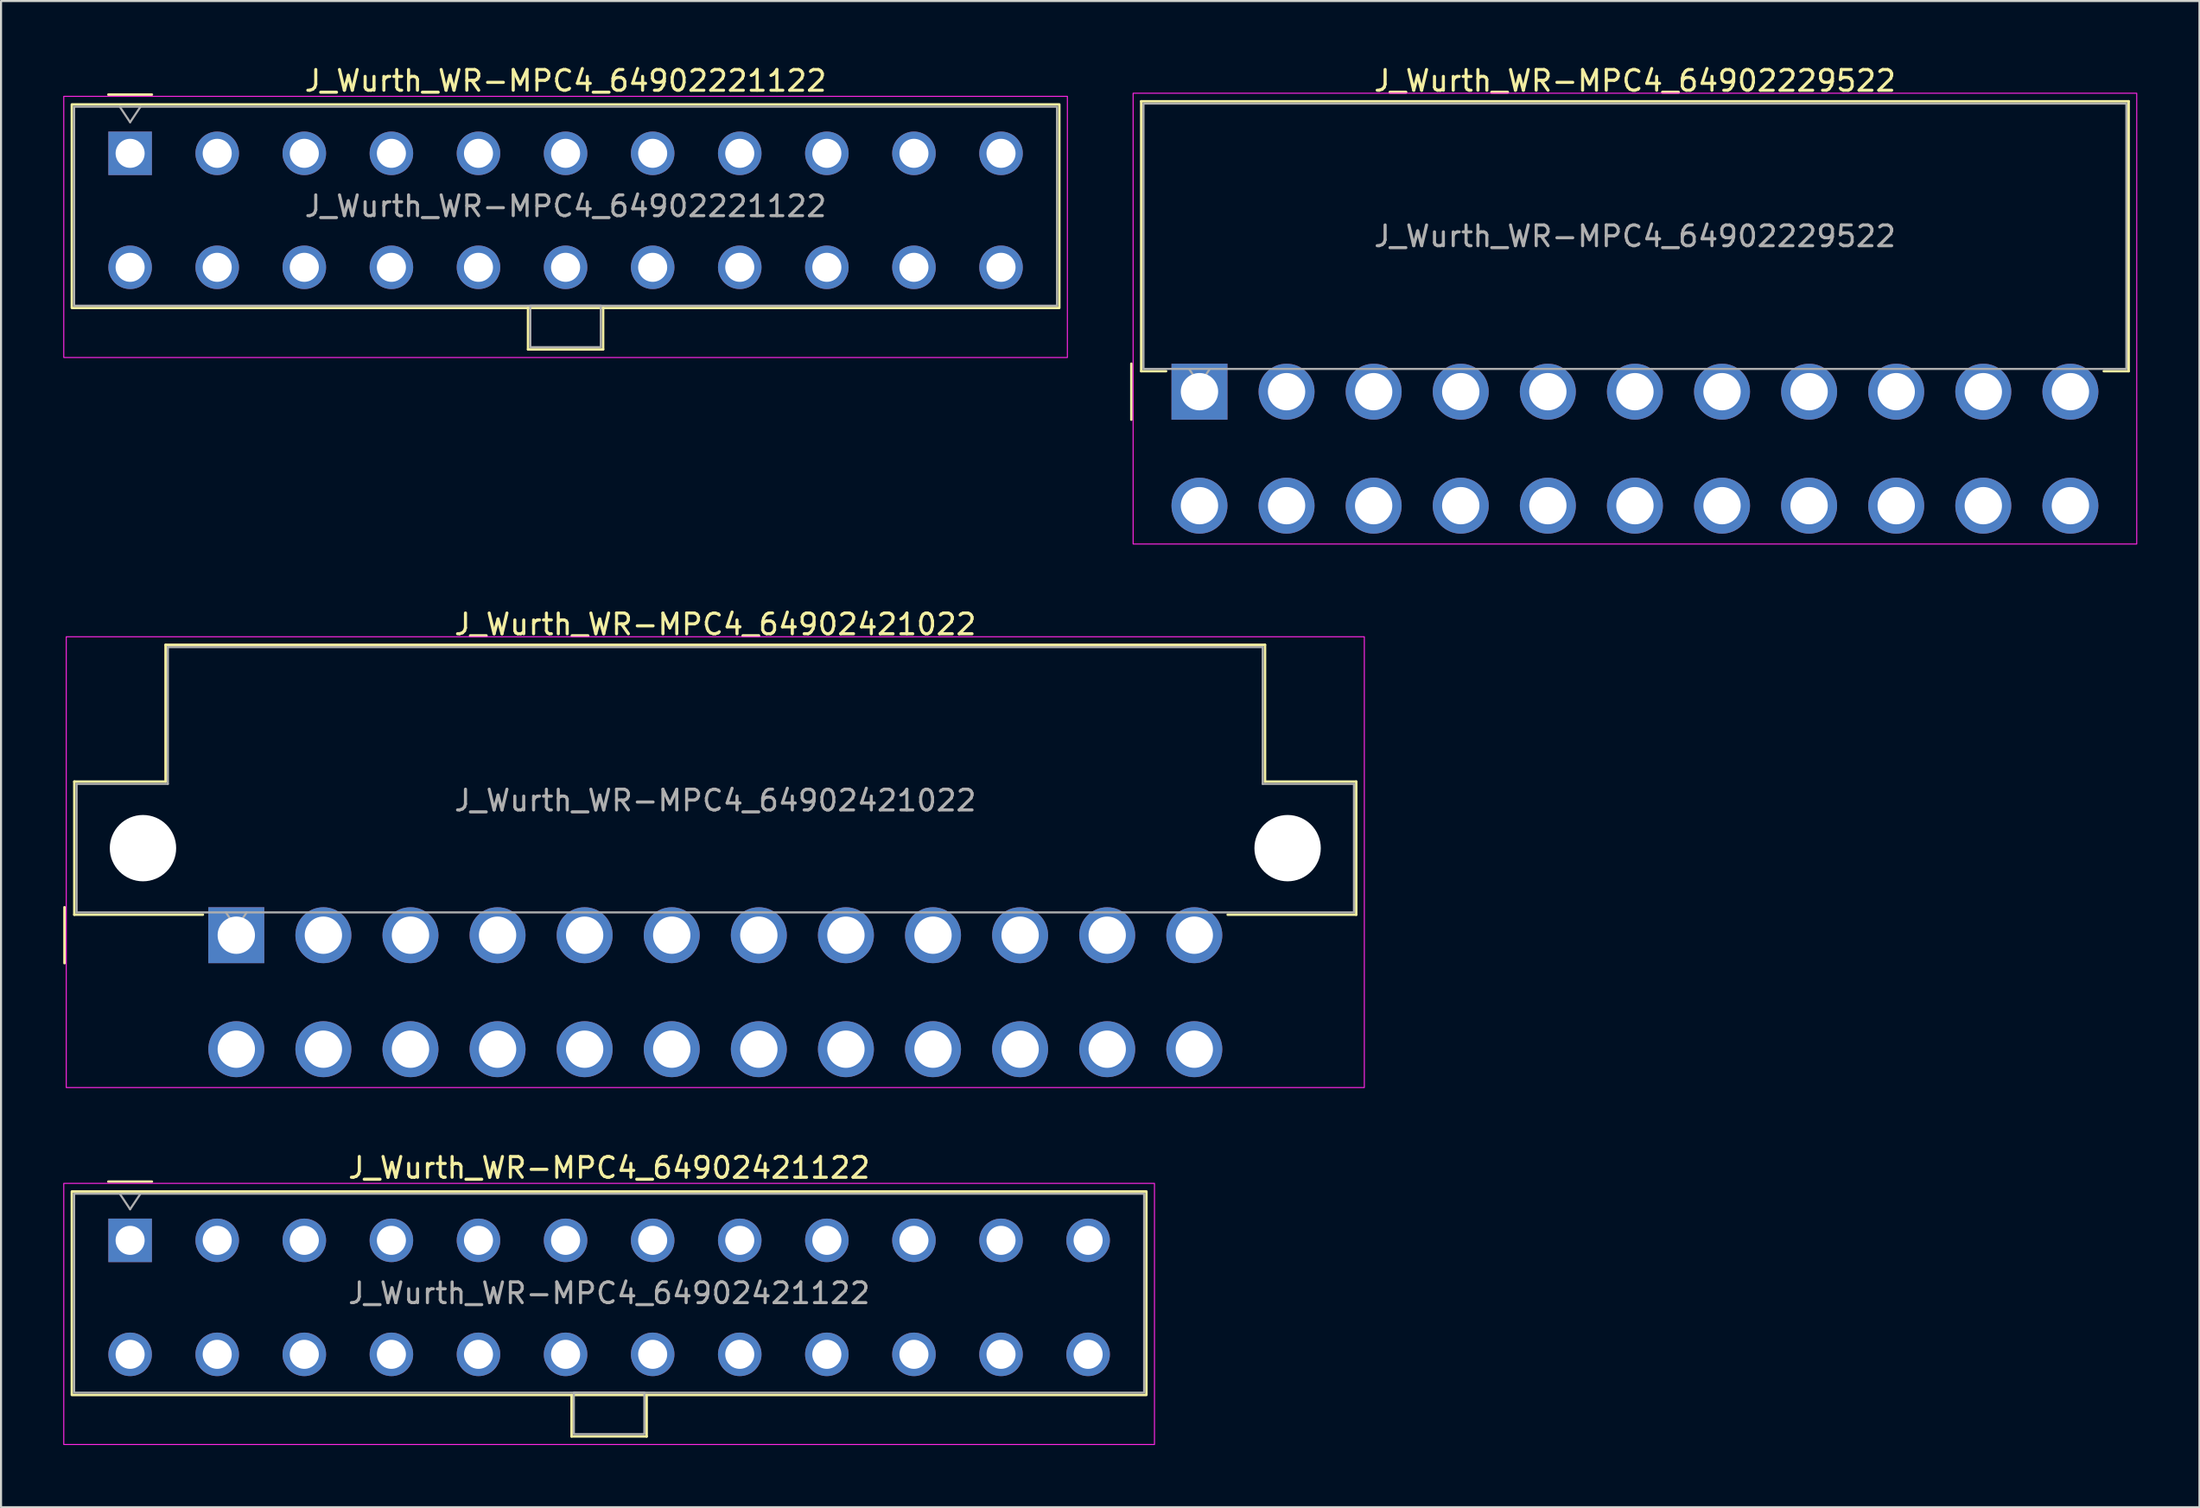
<source format=kicad_pcb>
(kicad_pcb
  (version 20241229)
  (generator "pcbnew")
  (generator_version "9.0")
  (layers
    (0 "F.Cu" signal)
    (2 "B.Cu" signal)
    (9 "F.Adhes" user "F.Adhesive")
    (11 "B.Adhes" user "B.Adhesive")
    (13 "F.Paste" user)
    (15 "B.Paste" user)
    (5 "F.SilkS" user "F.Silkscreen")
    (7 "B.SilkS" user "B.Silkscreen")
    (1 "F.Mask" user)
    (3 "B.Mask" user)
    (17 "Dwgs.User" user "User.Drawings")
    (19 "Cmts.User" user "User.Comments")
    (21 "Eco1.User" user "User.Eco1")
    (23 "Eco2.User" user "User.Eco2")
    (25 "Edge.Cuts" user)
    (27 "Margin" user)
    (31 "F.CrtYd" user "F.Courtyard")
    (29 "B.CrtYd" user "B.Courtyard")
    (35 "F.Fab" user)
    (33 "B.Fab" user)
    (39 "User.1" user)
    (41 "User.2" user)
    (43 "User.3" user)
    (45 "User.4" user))
  (footprint "J_Wurth_WR-MPC4_64902221122"
    (layer "F.Cu")
    (at 3.225 4.348)
    (property "Reference" "J_Wurth_WR-MPC4_64902221122" (at 21 -3.5 0) (unlocked yes) (layer "F.SilkS") (effects (font (size 1 1) (thickness 0.15))))
    (attr through_hole)
    (fp_line (start 1.05 -2.835) (end -1.05 -2.835) (stroke (width 0.12) (type solid)) (layer "F.SilkS"))
    (fp_line (start 19.19 9.46) (end 19.19 7.46) (stroke (width 0.12) (type default)) (layer "F.SilkS"))
    (fp_line (start 22.81 7.46) (end 22.81 9.46) (stroke (width 0.12) (type default)) (layer "F.SilkS"))
    (fp_line (start 22.81 9.46) (end 19.19 9.46) (stroke (width 0.12) (type default)) (layer "F.SilkS"))
    (fp_rect (start -2.81 -2.36) (end 44.81 7.46) (stroke (width 0.12) (type solid)) (fill no) (layer "F.SilkS"))
    (fp_rect (start -3.2 -2.75) (end 45.2 9.85) (stroke (width 0.05) (type solid)) (fill no) (layer "F.CrtYd"))
    (fp_line (start 0 -1.5) (end -0.5 -2.25) (stroke (width 0.1) (type solid)) (layer "F.Fab"))
    (fp_line (start 0 -1.5) (end 0.5 -2.25) (stroke (width 0.1) (type solid)) (layer "F.Fab"))
    (fp_rect (start -2.7 -2.25) (end 44.7 7.35) (stroke (width 0.1) (type solid)) (fill no) (layer "F.Fab"))
    (fp_rect (start 19.3 7.35) (end 22.7 9.35) (stroke (width 0.1) (type solid)) (fill no) (layer "F.Fab"))
    (fp_text user "${REFERENCE}" (at 21 2.55 0) (unlocked yes) (layer "F.Fab") (effects (font (size 1 1) (thickness 0.15))))
    (pad "1" thru_hole rect (at 0 0 180) (size 2.1 2.1) (drill 1.4) (layers "*.Cu" "*.Mask"))
    (pad "2" thru_hole circle (at 4.2 0 180) (size 2.1 2.1) (drill 1.4) (layers "*.Cu" "*.Mask"))
    (pad "3" thru_hole circle (at 8.4 0 180) (size 2.1 2.1) (drill 1.4) (layers "*.Cu" "*.Mask"))
    (pad "4" thru_hole circle (at 12.6 0 180) (size 2.1 2.1) (drill 1.4) (layers "*.Cu" "*.Mask"))
    (pad "5" thru_hole circle (at 16.8 0 180) (size 2.1 2.1) (drill 1.4) (layers "*.Cu" "*.Mask"))
    (pad "6" thru_hole circle (at 21 0 180) (size 2.1 2.1) (drill 1.4) (layers "*.Cu" "*.Mask"))
    (pad "7" thru_hole circle (at 25.2 0 180) (size 2.1 2.1) (drill 1.4) (layers "*.Cu" "*.Mask"))
    (pad "8" thru_hole circle (at 29.4 0 180) (size 2.1 2.1) (drill 1.4) (layers "*.Cu" "*.Mask"))
    (pad "9" thru_hole circle (at 33.6 0 180) (size 2.1 2.1) (drill 1.4) (layers "*.Cu" "*.Mask"))
    (pad "10" thru_hole circle (at 37.8 0 180) (size 2.1 2.1) (drill 1.4) (layers "*.Cu" "*.Mask"))
    (pad "11" thru_hole circle (at 42 0 180) (size 2.1 2.1) (drill 1.4) (layers "*.Cu" "*.Mask"))
    (pad "12" thru_hole circle (at 0 5.5 180) (size 2.1 2.1) (drill 1.4) (layers "*.Cu" "*.Mask"))
    (pad "13" thru_hole circle (at 4.2 5.5 180) (size 2.1 2.1) (drill 1.4) (layers "*.Cu" "*.Mask"))
    (pad "14" thru_hole circle (at 8.4 5.5 180) (size 2.1 2.1) (drill 1.4) (layers "*.Cu" "*.Mask"))
    (pad "15" thru_hole circle (at 12.6 5.5 180) (size 2.1 2.1) (drill 1.4) (layers "*.Cu" "*.Mask"))
    (pad "16" thru_hole circle (at 16.8 5.5 180) (size 2.1 2.1) (drill 1.4) (layers "*.Cu" "*.Mask"))
    (pad "17" thru_hole circle (at 21 5.5 180) (size 2.1 2.1) (drill 1.4) (layers "*.Cu" "*.Mask"))
    (pad "18" thru_hole circle (at 25.2 5.5 180) (size 2.1 2.1) (drill 1.4) (layers "*.Cu" "*.Mask"))
    (pad "19" thru_hole circle (at 29.4 5.5 180) (size 2.1 2.1) (drill 1.4) (layers "*.Cu" "*.Mask"))
    (pad "20" thru_hole circle (at 33.6 5.5 180) (size 2.1 2.1) (drill 1.4) (layers "*.Cu" "*.Mask"))
    (pad "21" thru_hole circle (at 37.8 5.5 180) (size 2.1 2.1) (drill 1.4) (layers "*.Cu" "*.Mask"))
    (pad "22" thru_hole circle (at 42 5.5 180) (size 2.1 2.1) (drill 1.4) (layers "*.Cu" "*.Mask")))
  (footprint "J_Wurth_WR-MPC4_64902421022"
    (layer "F.Cu")
    (at 8.345 42.072)
    (property "Reference" "J_Wurth_WR-MPC4_64902421022" (at 23.1 -15 0) (unlocked yes) (layer "F.SilkS") (effects (font (size 1 1) (thickness 0.15))))
    (attr through_hole)
    (fp_line (start -8.285 -1.35) (end -8.285 1.35) (stroke (width 0.12) (type solid)) (layer "F.SilkS"))
    (fp_line (start -7.81 -7.41) (end -3.41 -7.41) (stroke (width 0.12) (type default)) (layer "F.SilkS"))
    (fp_line (start -7.81 -0.99) (end -7.81 -7.41) (stroke (width 0.12) (type default)) (layer "F.SilkS"))
    (fp_line (start -7.81 -0.99) (end -1.61 -0.99) (stroke (width 0.12) (type solid)) (layer "F.SilkS"))
    (fp_line (start -3.41 -14.01) (end -3.41 -7.41) (stroke (width 0.12) (type solid)) (layer "F.SilkS"))
    (fp_line (start 47.81 -0.99) (end 54.01 -0.99) (stroke (width 0.12) (type solid)) (layer "F.SilkS"))
    (fp_line (start 49.61 -14.01) (end -3.41 -14.01) (stroke (width 0.12) (type solid)) (layer "F.SilkS"))
    (fp_line (start 49.61 -7.41) (end 49.61 -14.01) (stroke (width 0.12) (type solid)) (layer "F.SilkS"))
    (fp_line (start 54.01 -7.41) (end 49.61 -7.41) (stroke (width 0.12) (type default)) (layer "F.SilkS"))
    (fp_line (start 54.01 -0.99) (end 54.01 -7.41) (stroke (width 0.12) (type default)) (layer "F.SilkS"))
    (fp_rect (start -8.2 -14.4) (end 54.4 7.35) (stroke (width 0.05) (type solid)) (fill no) (layer "F.CrtYd"))
    (fp_line (start -7.7 -1.1) (end -7.7 -7.3) (stroke (width 0.1) (type default)) (layer "F.Fab"))
    (fp_line (start -7.7 -1.1) (end 53.9 -1.1) (stroke (width 0.1) (type solid)) (layer "F.Fab"))
    (fp_line (start -3.3 -13.9) (end -3.3 -7.3) (stroke (width 0.1) (type solid)) (layer "F.Fab"))
    (fp_line (start -3.3 -7.3) (end -7.7 -7.3) (stroke (width 0.1) (type default)) (layer "F.Fab"))
    (fp_line (start 0 -0.35) (end -0.5 -1.1) (stroke (width 0.1) (type solid)) (layer "F.Fab"))
    (fp_line (start 0 -0.35) (end 0.5 -1.1) (stroke (width 0.1) (type solid)) (layer "F.Fab"))
    (fp_line (start 49.5 -13.9) (end -3.3 -13.9) (stroke (width 0.1) (type default)) (layer "F.Fab"))
    (fp_line (start 49.5 -7.3) (end 49.5 -13.9) (stroke (width 0.1) (type solid)) (layer "F.Fab"))
    (fp_line (start 49.5 -7.3) (end 53.9 -7.3) (stroke (width 0.1) (type default)) (layer "F.Fab"))
    (fp_line (start 53.9 -1.1) (end 53.9 -7.3) (stroke (width 0.1) (type default)) (layer "F.Fab"))
    (fp_text user "${REFERENCE}" (at 23.1 -6.5 0) (unlocked yes) (layer "F.Fab") (effects (font (size 1 1) (thickness 0.15))))
    (pad "" np_thru_hole circle (at -4.5 -4.2) (size 3.2 3.2) (drill 3.2) (layers "*.Cu" "*.Mask"))
    (pad "" np_thru_hole circle (at 50.7 -4.2) (size 3.2 3.2) (drill 3.2) (layers "*.Cu" "*.Mask"))
    (pad "1" thru_hole rect (at 0 0 180) (size 2.7 2.7) (drill 1.8) (layers "*.Cu" "*.Mask"))
    (pad "2" thru_hole circle (at 4.2 0 180) (size 2.7 2.7) (drill 1.8) (layers "*.Cu" "*.Mask"))
    (pad "3" thru_hole circle (at 8.4 0 180) (size 2.7 2.7) (drill 1.8) (layers "*.Cu" "*.Mask"))
    (pad "4" thru_hole circle (at 12.6 0 180) (size 2.7 2.7) (drill 1.8) (layers "*.Cu" "*.Mask"))
    (pad "5" thru_hole circle (at 16.8 0 180) (size 2.7 2.7) (drill 1.8) (layers "*.Cu" "*.Mask"))
    (pad "6" thru_hole circle (at 21 0 180) (size 2.7 2.7) (drill 1.8) (layers "*.Cu" "*.Mask"))
    (pad "7" thru_hole circle (at 25.2 0 180) (size 2.7 2.7) (drill 1.8) (layers "*.Cu" "*.Mask"))
    (pad "8" thru_hole circle (at 29.4 0 180) (size 2.7 2.7) (drill 1.8) (layers "*.Cu" "*.Mask"))
    (pad "9" thru_hole circle (at 33.6 0 180) (size 2.7 2.7) (drill 1.8) (layers "*.Cu" "*.Mask"))
    (pad "10" thru_hole circle (at 37.8 0 180) (size 2.7 2.7) (drill 1.8) (layers "*.Cu" "*.Mask"))
    (pad "11" thru_hole circle (at 42 0 180) (size 2.7 2.7) (drill 1.8) (layers "*.Cu" "*.Mask"))
    (pad "12" thru_hole circle (at 46.2 0 180) (size 2.7 2.7) (drill 1.8) (layers "*.Cu" "*.Mask"))
    (pad "13" thru_hole circle (at 0 5.5 180) (size 2.7 2.7) (drill 1.8) (layers "*.Cu" "*.Mask"))
    (pad "14" thru_hole circle (at 4.2 5.5 180) (size 2.7 2.7) (drill 1.8) (layers "*.Cu" "*.Mask"))
    (pad "15" thru_hole circle (at 8.4 5.5 180) (size 2.7 2.7) (drill 1.8) (layers "*.Cu" "*.Mask"))
    (pad "16" thru_hole circle (at 12.6 5.5 180) (size 2.7 2.7) (drill 1.8) (layers "*.Cu" "*.Mask"))
    (pad "17" thru_hole circle (at 16.8 5.5 180) (size 2.7 2.7) (drill 1.8) (layers "*.Cu" "*.Mask"))
    (pad "18" thru_hole circle (at 21 5.5 180) (size 2.7 2.7) (drill 1.8) (layers "*.Cu" "*.Mask"))
    (pad "19" thru_hole circle (at 25.2 5.5 180) (size 2.7 2.7) (drill 1.8) (layers "*.Cu" "*.Mask"))
    (pad "20" thru_hole circle (at 29.4 5.5 180) (size 2.7 2.7) (drill 1.8) (layers "*.Cu" "*.Mask"))
    (pad "21" thru_hole circle (at 33.6 5.5 180) (size 2.7 2.7) (drill 1.8) (layers "*.Cu" "*.Mask"))
    (pad "22" thru_hole circle (at 37.8 5.5 180) (size 2.7 2.7) (drill 1.8) (layers "*.Cu" "*.Mask"))
    (pad "23" thru_hole circle (at 42 5.5 180) (size 2.7 2.7) (drill 1.8) (layers "*.Cu" "*.Mask"))
    (pad "24" thru_hole circle (at 46.2 5.5 180) (size 2.7 2.7) (drill 1.8) (layers "*.Cu" "*.Mask")))
  (footprint "J_Wurth_WR-MPC4_64902421122"
    (layer "F.Cu")
    (at 3.225 56.795)
    (property "Reference" "J_Wurth_WR-MPC4_64902421122" (at 23.1 -3.5 0) (unlocked yes) (layer "F.SilkS") (effects (font (size 1 1) (thickness 0.15))))
    (attr through_hole)
    (fp_line (start 1.05 -2.835) (end -1.05 -2.835) (stroke (width 0.12) (type solid)) (layer "F.SilkS"))
    (fp_line (start 21.29 9.46) (end 21.29 7.46) (stroke (width 0.12) (type default)) (layer "F.SilkS"))
    (fp_line (start 24.91 7.46) (end 24.91 9.46) (stroke (width 0.12) (type default)) (layer "F.SilkS"))
    (fp_line (start 24.91 9.46) (end 21.29 9.46) (stroke (width 0.12) (type default)) (layer "F.SilkS"))
    (fp_rect (start -2.81 -2.36) (end 49.01 7.46) (stroke (width 0.12) (type solid)) (fill no) (layer "F.SilkS"))
    (fp_rect (start -3.2 -2.75) (end 49.4 9.85) (stroke (width 0.05) (type solid)) (fill no) (layer "F.CrtYd"))
    (fp_line (start 0 -1.5) (end -0.5 -2.25) (stroke (width 0.1) (type solid)) (layer "F.Fab"))
    (fp_line (start 0 -1.5) (end 0.5 -2.25) (stroke (width 0.1) (type solid)) (layer "F.Fab"))
    (fp_rect (start -2.7 -2.25) (end 48.9 7.35) (stroke (width 0.1) (type solid)) (fill no) (layer "F.Fab"))
    (fp_rect (start 21.4 7.35) (end 24.8 9.35) (stroke (width 0.1) (type solid)) (fill no) (layer "F.Fab"))
    (fp_text user "${REFERENCE}" (at 23.1 2.55 0) (unlocked yes) (layer "F.Fab") (effects (font (size 1 1) (thickness 0.15))))
    (pad "1" thru_hole rect (at 0 0 180) (size 2.1 2.1) (drill 1.4) (layers "*.Cu" "*.Mask"))
    (pad "2" thru_hole circle (at 4.2 0 180) (size 2.1 2.1) (drill 1.4) (layers "*.Cu" "*.Mask"))
    (pad "3" thru_hole circle (at 8.4 0 180) (size 2.1 2.1) (drill 1.4) (layers "*.Cu" "*.Mask"))
    (pad "4" thru_hole circle (at 12.6 0 180) (size 2.1 2.1) (drill 1.4) (layers "*.Cu" "*.Mask"))
    (pad "5" thru_hole circle (at 16.8 0 180) (size 2.1 2.1) (drill 1.4) (layers "*.Cu" "*.Mask"))
    (pad "6" thru_hole circle (at 21 0 180) (size 2.1 2.1) (drill 1.4) (layers "*.Cu" "*.Mask"))
    (pad "7" thru_hole circle (at 25.2 0 180) (size 2.1 2.1) (drill 1.4) (layers "*.Cu" "*.Mask"))
    (pad "8" thru_hole circle (at 29.4 0 180) (size 2.1 2.1) (drill 1.4) (layers "*.Cu" "*.Mask"))
    (pad "9" thru_hole circle (at 33.6 0 180) (size 2.1 2.1) (drill 1.4) (layers "*.Cu" "*.Mask"))
    (pad "10" thru_hole circle (at 37.8 0 180) (size 2.1 2.1) (drill 1.4) (layers "*.Cu" "*.Mask"))
    (pad "11" thru_hole circle (at 42 0 180) (size 2.1 2.1) (drill 1.4) (layers "*.Cu" "*.Mask"))
    (pad "12" thru_hole circle (at 46.2 0 180) (size 2.1 2.1) (drill 1.4) (layers "*.Cu" "*.Mask"))
    (pad "13" thru_hole circle (at 0 5.5 180) (size 2.1 2.1) (drill 1.4) (layers "*.Cu" "*.Mask"))
    (pad "14" thru_hole circle (at 4.2 5.5 180) (size 2.1 2.1) (drill 1.4) (layers "*.Cu" "*.Mask"))
    (pad "15" thru_hole circle (at 8.4 5.5 180) (size 2.1 2.1) (drill 1.4) (layers "*.Cu" "*.Mask"))
    (pad "16" thru_hole circle (at 12.6 5.5 180) (size 2.1 2.1) (drill 1.4) (layers "*.Cu" "*.Mask"))
    (pad "17" thru_hole circle (at 16.8 5.5 180) (size 2.1 2.1) (drill 1.4) (layers "*.Cu" "*.Mask"))
    (pad "18" thru_hole circle (at 21 5.5 180) (size 2.1 2.1) (drill 1.4) (layers "*.Cu" "*.Mask"))
    (pad "19" thru_hole circle (at 25.2 5.5 180) (size 2.1 2.1) (drill 1.4) (layers "*.Cu" "*.Mask"))
    (pad "20" thru_hole circle (at 29.4 5.5 180) (size 2.1 2.1) (drill 1.4) (layers "*.Cu" "*.Mask"))
    (pad "21" thru_hole circle (at 33.6 5.5 180) (size 2.1 2.1) (drill 1.4) (layers "*.Cu" "*.Mask"))
    (pad "22" thru_hole circle (at 37.8 5.5 180) (size 2.1 2.1) (drill 1.4) (layers "*.Cu" "*.Mask"))
    (pad "23" thru_hole circle (at 42 5.5 180) (size 2.1 2.1) (drill 1.4) (layers "*.Cu" "*.Mask"))
    (pad "24" thru_hole circle (at 46.2 5.5 180) (size 2.1 2.1) (drill 1.4) (layers "*.Cu" "*.Mask")))
  (footprint "J_Wurth_WR-MPC4_64902229522"
    (layer "F.Cu")
    (at 54.795 15.848)
    (property "Reference" "J_Wurth_WR-MPC4_64902229522" (at 21 -15 0) (unlocked yes) (layer "F.SilkS") (effects (font (size 1 1) (thickness 0.15))))
    (attr through_hole)
    (fp_line (start -3.285 -1.35) (end -3.285 1.35) (stroke (width 0.12) (type solid)) (layer "F.SilkS"))
    (fp_line (start -2.81 -14.01) (end 44.81 -14.01) (stroke (width 0.12) (type solid)) (layer "F.SilkS"))
    (fp_line (start -2.81 -0.99) (end -2.81 -14.01) (stroke (width 0.12) (type default)) (layer "F.SilkS"))
    (fp_line (start -1.61 -0.99) (end -2.81 -0.99) (stroke (width 0.12) (type solid)) (layer "F.SilkS"))
    (fp_line (start 44.81 -14.01) (end 44.81 -0.99) (stroke (width 0.12) (type solid)) (layer "F.SilkS"))
    (fp_line (start 44.81 -0.99) (end 43.61 -0.99) (stroke (width 0.12) (type solid)) (layer "F.SilkS"))
    (fp_rect (start -3.2 -14.4) (end 45.2 7.35) (stroke (width 0.05) (type solid)) (fill no) (layer "F.CrtYd"))
    (fp_line (start 0 -0.35) (end -0.5 -1.1) (stroke (width 0.1) (type solid)) (layer "F.Fab"))
    (fp_line (start 0 -0.35) (end 0.5 -1.1) (stroke (width 0.1) (type solid)) (layer "F.Fab"))
    (fp_rect (start -2.7 -13.9) (end 44.7 -1.1) (stroke (width 0.1) (type solid)) (fill no) (layer "F.Fab"))
    (fp_text user "${REFERENCE}" (at 21 -7.5 0) (unlocked yes) (layer "F.Fab") (effects (font (size 1 1) (thickness 0.15))))
    (pad "1" thru_hole rect (at 0 0 180) (size 2.7 2.7) (drill 1.8) (layers "*.Cu" "*.Mask"))
    (pad "2" thru_hole circle (at 4.2 0 180) (size 2.7 2.7) (drill 1.8) (layers "*.Cu" "*.Mask"))
    (pad "3" thru_hole circle (at 8.4 0 180) (size 2.7 2.7) (drill 1.8) (layers "*.Cu" "*.Mask"))
    (pad "4" thru_hole circle (at 12.6 0 180) (size 2.7 2.7) (drill 1.8) (layers "*.Cu" "*.Mask"))
    (pad "5" thru_hole circle (at 16.8 0 180) (size 2.7 2.7) (drill 1.8) (layers "*.Cu" "*.Mask"))
    (pad "6" thru_hole circle (at 21 0 180) (size 2.7 2.7) (drill 1.8) (layers "*.Cu" "*.Mask"))
    (pad "7" thru_hole circle (at 25.2 0 180) (size 2.7 2.7) (drill 1.8) (layers "*.Cu" "*.Mask"))
    (pad "8" thru_hole circle (at 29.4 0 180) (size 2.7 2.7) (drill 1.8) (layers "*.Cu" "*.Mask"))
    (pad "9" thru_hole circle (at 33.6 0 180) (size 2.7 2.7) (drill 1.8) (layers "*.Cu" "*.Mask"))
    (pad "10" thru_hole circle (at 37.8 0 180) (size 2.7 2.7) (drill 1.8) (layers "*.Cu" "*.Mask"))
    (pad "11" thru_hole circle (at 42 0 180) (size 2.7 2.7) (drill 1.8) (layers "*.Cu" "*.Mask"))
    (pad "12" thru_hole circle (at 0 5.5 180) (size 2.7 2.7) (drill 1.8) (layers "*.Cu" "*.Mask"))
    (pad "13" thru_hole circle (at 4.2 5.5 180) (size 2.7 2.7) (drill 1.8) (layers "*.Cu" "*.Mask"))
    (pad "14" thru_hole circle (at 8.4 5.5 180) (size 2.7 2.7) (drill 1.8) (layers "*.Cu" "*.Mask"))
    (pad "15" thru_hole circle (at 12.6 5.5 180) (size 2.7 2.7) (drill 1.8) (layers "*.Cu" "*.Mask"))
    (pad "16" thru_hole circle (at 16.8 5.5 180) (size 2.7 2.7) (drill 1.8) (layers "*.Cu" "*.Mask"))
    (pad "17" thru_hole circle (at 21 5.5 180) (size 2.7 2.7) (drill 1.8) (layers "*.Cu" "*.Mask"))
    (pad "18" thru_hole circle (at 25.2 5.5 180) (size 2.7 2.7) (drill 1.8) (layers "*.Cu" "*.Mask"))
    (pad "19" thru_hole circle (at 29.4 5.5 180) (size 2.7 2.7) (drill 1.8) (layers "*.Cu" "*.Mask"))
    (pad "20" thru_hole circle (at 33.6 5.5 180) (size 2.7 2.7) (drill 1.8) (layers "*.Cu" "*.Mask"))
    (pad "21" thru_hole circle (at 37.8 5.5 180) (size 2.7 2.7) (drill 1.8) (layers "*.Cu" "*.Mask"))
    (pad "22" thru_hole circle (at 42 5.5 180) (size 2.7 2.7) (drill 1.8) (layers "*.Cu" "*.Mask")))
  (gr_rect
    (start -3 -3)
    (end 103.02 69.67)
    (stroke (width 0.1) (type default))
    (fill no)
    (layer "Edge.Cuts")))
</source>
